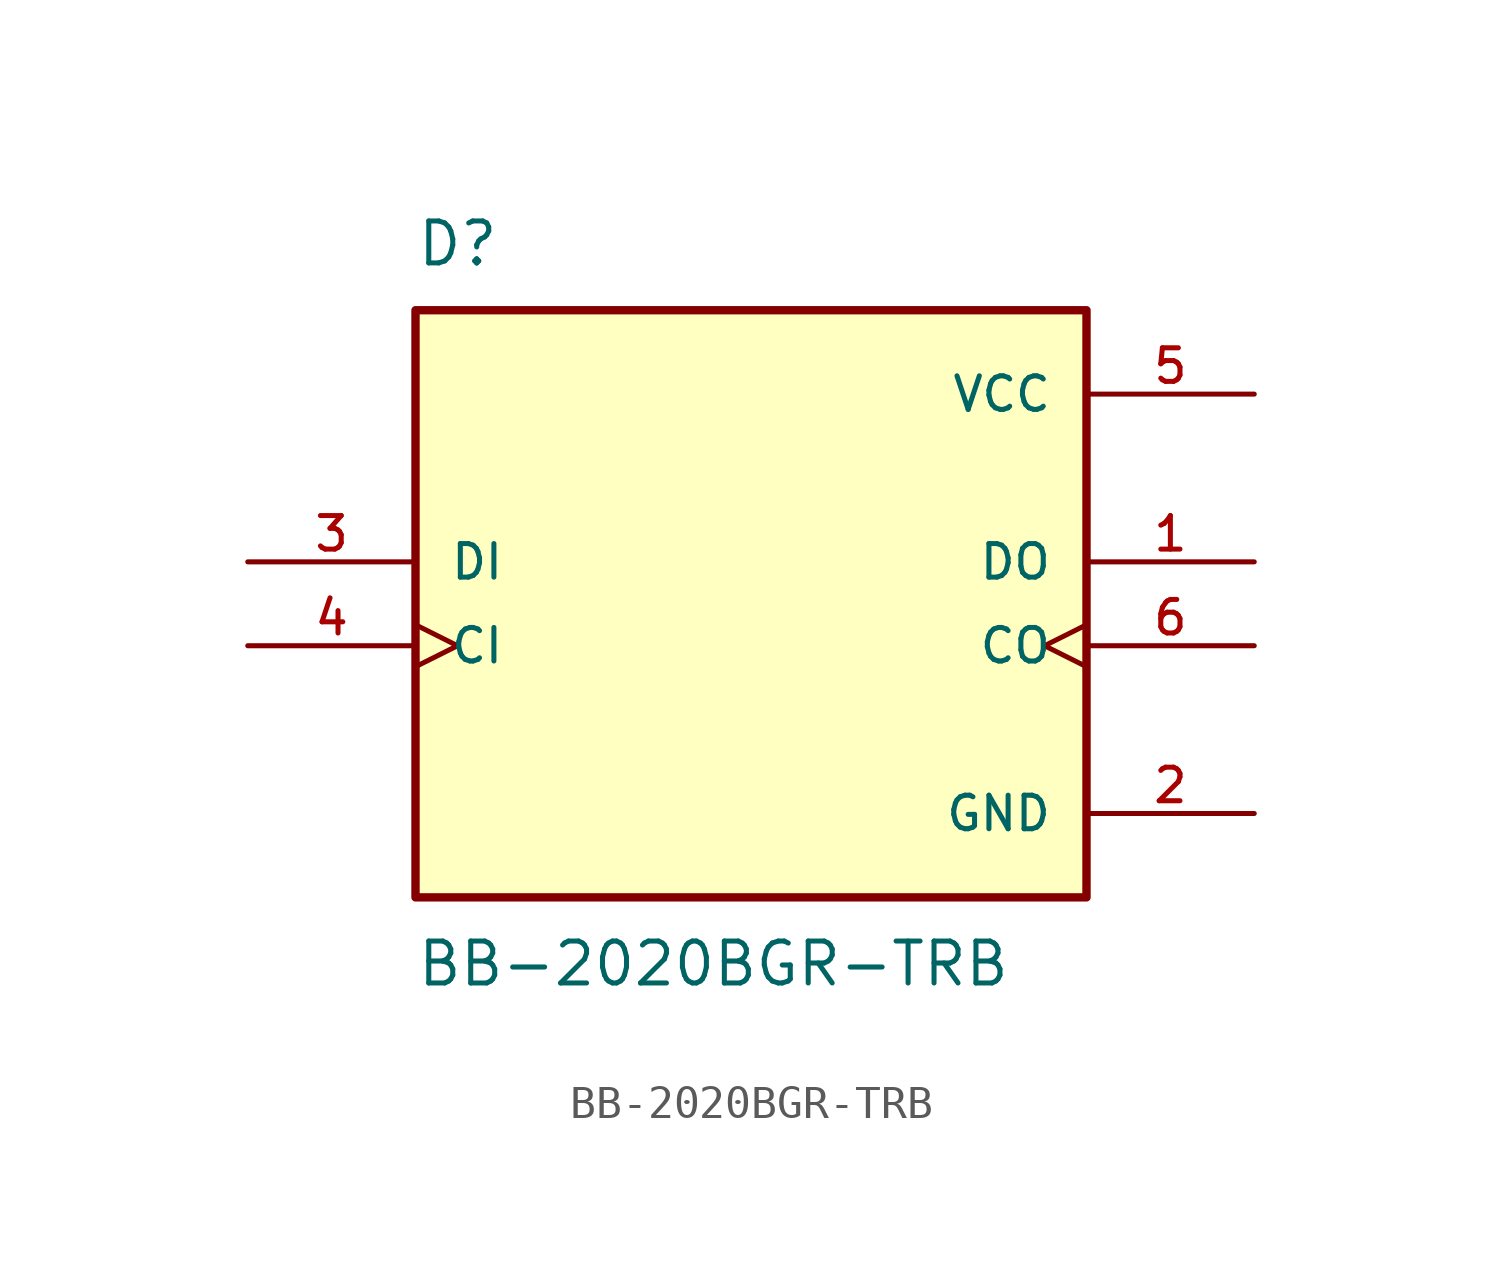
<source format=kicad_sym>
(kicad_symbol_lib
  (version 20211014)
  (generator kicad_symbol_editor)
  (symbol "BB-2020BGR-TRB"
    (pin_names
      (offset 1.016))
    (property "Reference" "D"
      (at -10.16 11.43 0)
      (effects (font (size 1.27 1.27)) (justify bottom left)))
    (property "Value" "BB-2020BGR-TRB"
      (at -10.16 -8.89 0.0)
      (effects (font (size 1.27 1.27)) (justify top left)))
    (symbol "BB-2020BGR-TRB_0_0"
      (rectangle (start -10.16 -7.62) (end 10.16 10.16) (stroke (width 0.254)) (fill (type background)))
      (pin input line (at -15.24 2.54 0) (length 5.08) (name "DI" (effects (font (size 1.016 1.016)))) (number "3" (effects (font (size 1.016 1.016)))))
      (pin output line (at 15.24 2.54 180.0) (length 5.08) (name "DO" (effects (font (size 1.016 1.016)))) (number "1" (effects (font (size 1.016 1.016)))))
      (pin power_in line (at 15.24 7.62 180.0) (length 5.08) (name "VCC" (effects (font (size 1.016 1.016)))) (number "5" (effects (font (size 1.016 1.016)))))
      (pin power_in line (at 15.24 -5.08 180.0) (length 5.08) (name "GND" (effects (font (size 1.016 1.016)))) (number "2" (effects (font (size 1.016 1.016)))))
      (pin input clock (at -15.24 0.0 0) (length 5.08) (name "CI" (effects (font (size 1.016 1.016)))) (number "4" (effects (font (size 1.016 1.016)))))
      (pin output clock (at 15.24 0.0 180.0) (length 5.08) (name "CO" (effects (font (size 1.016 1.016)))) (number "6" (effects (font (size 1.016 1.016))))))))
</source>
